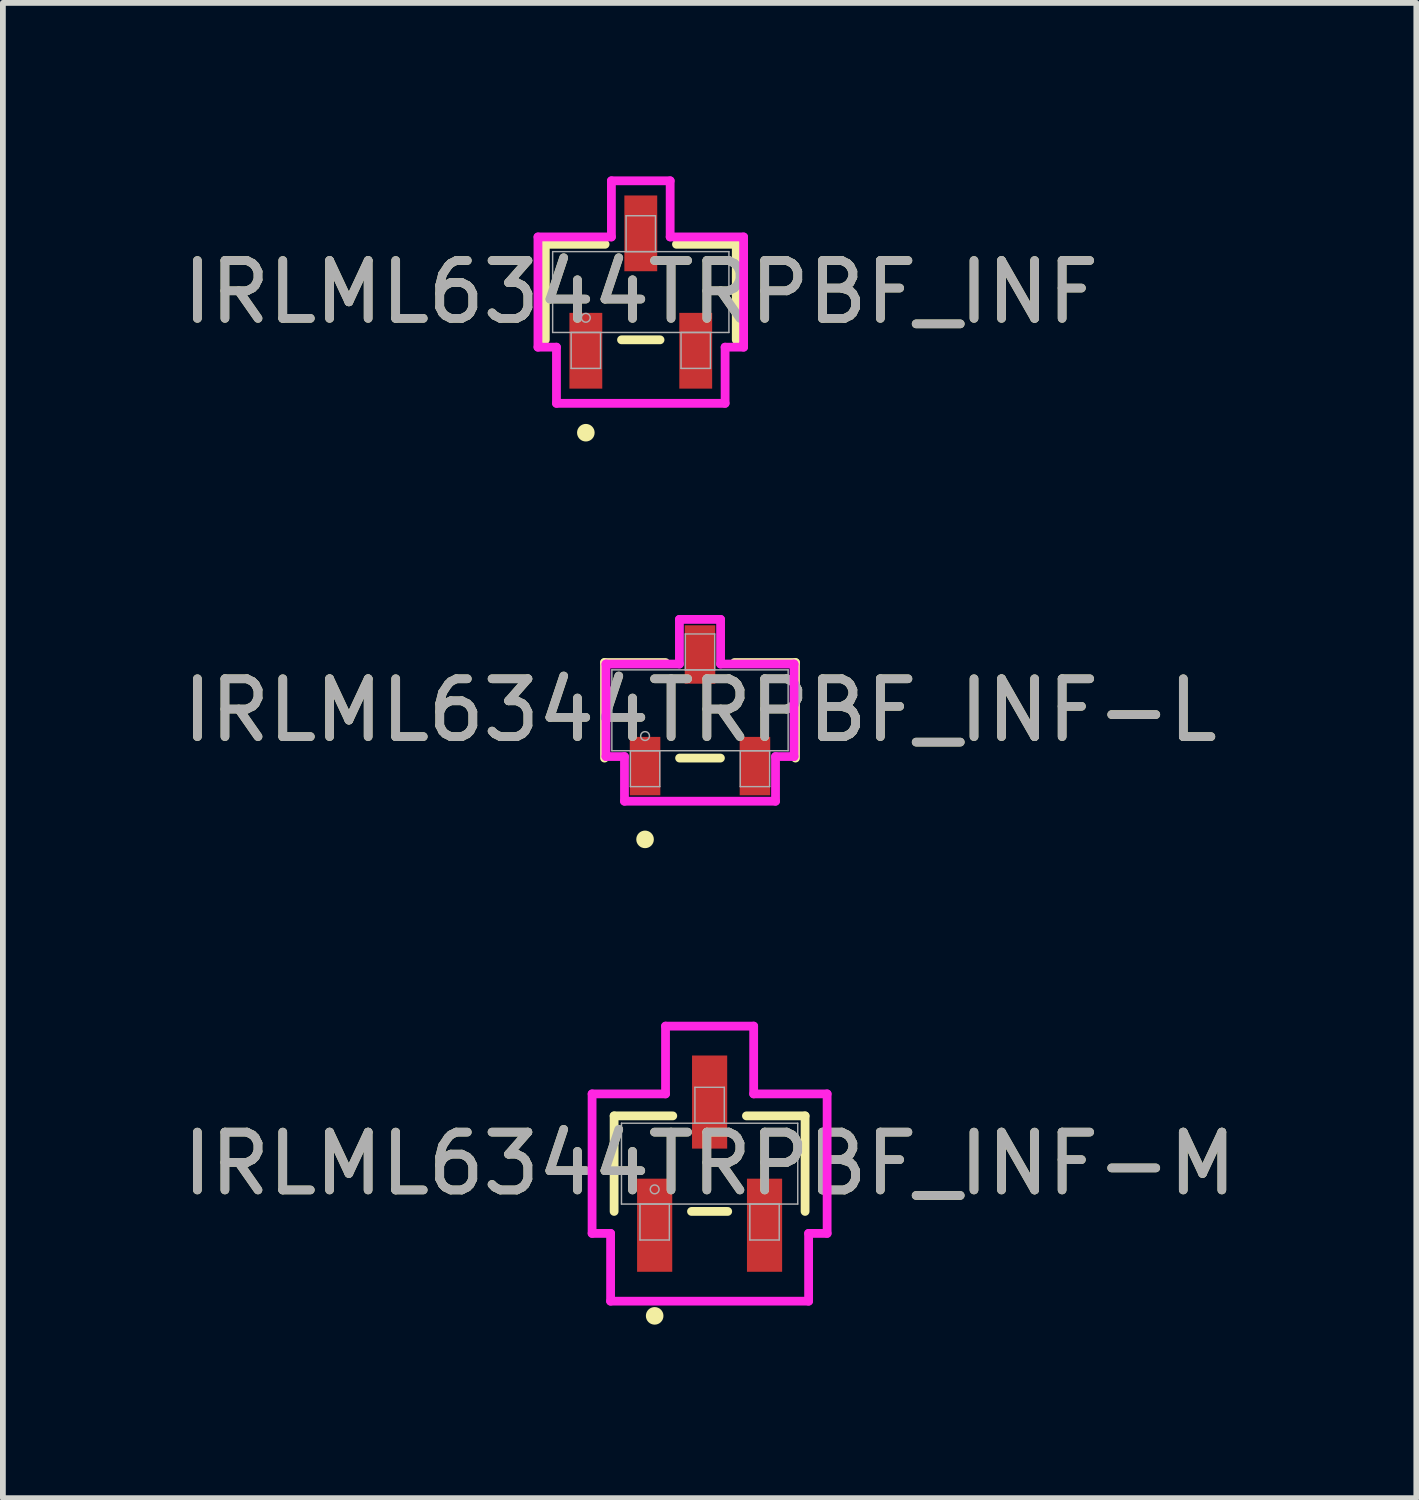
<source format=kicad_pcb>
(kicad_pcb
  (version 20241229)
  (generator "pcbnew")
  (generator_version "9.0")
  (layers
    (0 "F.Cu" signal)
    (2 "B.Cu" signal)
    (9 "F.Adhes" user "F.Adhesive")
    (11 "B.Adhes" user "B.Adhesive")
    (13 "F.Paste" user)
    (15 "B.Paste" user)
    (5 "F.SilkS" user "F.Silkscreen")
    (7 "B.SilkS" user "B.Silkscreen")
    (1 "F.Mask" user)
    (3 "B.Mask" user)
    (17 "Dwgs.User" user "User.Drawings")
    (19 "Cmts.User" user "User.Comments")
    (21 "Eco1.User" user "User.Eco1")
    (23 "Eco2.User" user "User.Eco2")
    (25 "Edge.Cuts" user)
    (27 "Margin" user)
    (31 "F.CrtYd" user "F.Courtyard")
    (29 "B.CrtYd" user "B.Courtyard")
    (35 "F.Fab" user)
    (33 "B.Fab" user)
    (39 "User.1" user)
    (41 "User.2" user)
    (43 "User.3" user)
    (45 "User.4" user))
  (footprint "IRLML6344TRPBF_INF-M"
    (layer "F.Cu")
    (at 9.22 17.071)
    (property "Reference" "IRLML6344TRPBF_INF-M" (at 0 0 0) (unlocked yes) (layer "F.SilkS") (effects (font (size 1 1) (thickness 0.15))))
    (attr smd)
    (fp_line (start -1.651 -0.826) (end -1.651 0.826) (stroke (width 0.152) (type solid)) (layer "F.SilkS"))
    (fp_line (start -0.637 -0.826) (end -1.651 -0.826) (stroke (width 0.152) (type solid)) (layer "F.SilkS"))
    (fp_line (start -0.313 0.826) (end 0.313 0.826) (stroke (width 0.152) (type solid)) (layer "F.SilkS"))
    (fp_line (start 1.651 -0.826) (end 0.637 -0.826) (stroke (width 0.152) (type solid)) (layer "F.SilkS"))
    (fp_line (start 1.651 0.826) (end 1.651 -0.826) (stroke (width 0.152) (type solid)) (layer "F.SilkS"))
    (fp_circle (center -0.95 2.632) (end -0.874 2.632) (stroke (width 0.152) (type solid)) (fill no) (layer "F.SilkS"))
    (fp_line (start -2.032 -1.206) (end -0.762 -1.206) (stroke (width 0.152) (type solid)) (layer "F.CrtYd"))
    (fp_line (start -2.032 1.206) (end -2.032 -1.206) (stroke (width 0.152) (type solid)) (layer "F.CrtYd"))
    (fp_line (start -2.032 1.206) (end -1.712 1.206) (stroke (width 0.152) (type solid)) (layer "F.CrtYd"))
    (fp_line (start -1.712 1.206) (end -1.712 2.378) (stroke (width 0.152) (type solid)) (layer "F.CrtYd"))
    (fp_line (start -1.712 2.378) (end 1.712 2.378) (stroke (width 0.152) (type solid)) (layer "F.CrtYd"))
    (fp_line (start -0.762 -2.378) (end 0.762 -2.378) (stroke (width 0.152) (type solid)) (layer "F.CrtYd"))
    (fp_line (start -0.762 -1.206) (end -0.762 -2.378) (stroke (width 0.152) (type solid)) (layer "F.CrtYd"))
    (fp_line (start 0.762 -1.206) (end 0.762 -2.378) (stroke (width 0.152) (type solid)) (layer "F.CrtYd"))
    (fp_line (start 1.712 1.206) (end 1.712 2.378) (stroke (width 0.152) (type solid)) (layer "F.CrtYd"))
    (fp_line (start 2.032 -1.206) (end 0.762 -1.206) (stroke (width 0.152) (type solid)) (layer "F.CrtYd"))
    (fp_line (start 2.032 -1.206) (end 2.032 1.206) (stroke (width 0.152) (type solid)) (layer "F.CrtYd"))
    (fp_line (start 2.032 1.206) (end 1.712 1.206) (stroke (width 0.152) (type solid)) (layer "F.CrtYd"))
    (fp_line (start -1.524 -0.699) (end -1.524 0.699) (stroke (width 0.025) (type solid)) (layer "F.Fab"))
    (fp_line (start -1.524 0.699) (end 1.524 0.699) (stroke (width 0.025) (type solid)) (layer "F.Fab"))
    (fp_line (start -1.204 0.699) (end -1.204 1.32) (stroke (width 0.025) (type solid)) (layer "F.Fab"))
    (fp_line (start -1.204 1.32) (end -0.696 1.32) (stroke (width 0.025) (type solid)) (layer "F.Fab"))
    (fp_line (start -0.696 0.699) (end -1.204 0.699) (stroke (width 0.025) (type solid)) (layer "F.Fab"))
    (fp_line (start -0.696 1.32) (end -0.696 0.699) (stroke (width 0.025) (type solid)) (layer "F.Fab"))
    (fp_line (start -0.254 -1.32) (end -0.254 -0.699) (stroke (width 0.025) (type solid)) (layer "F.Fab"))
    (fp_line (start -0.254 -0.699) (end 0.254 -0.699) (stroke (width 0.025) (type solid)) (layer "F.Fab"))
    (fp_line (start 0.254 -1.32) (end -0.254 -1.32) (stroke (width 0.025) (type solid)) (layer "F.Fab"))
    (fp_line (start 0.254 -0.699) (end 0.254 -1.32) (stroke (width 0.025) (type solid)) (layer "F.Fab"))
    (fp_line (start 0.696 0.699) (end 0.696 1.32) (stroke (width 0.025) (type solid)) (layer "F.Fab"))
    (fp_line (start 0.696 1.32) (end 1.204 1.32) (stroke (width 0.025) (type solid)) (layer "F.Fab"))
    (fp_line (start 1.204 0.699) (end 0.696 0.699) (stroke (width 0.025) (type solid)) (layer "F.Fab"))
    (fp_line (start 1.204 1.32) (end 1.204 0.699) (stroke (width 0.025) (type solid)) (layer "F.Fab"))
    (fp_line (start 1.524 -0.699) (end -1.524 -0.699) (stroke (width 0.025) (type solid)) (layer "F.Fab"))
    (fp_line (start 1.524 0.699) (end 1.524 -0.699) (stroke (width 0.025) (type solid)) (layer "F.Fab"))
    (fp_circle (center -0.95 0.445) (end -0.874 0.445) (stroke (width 0.025) (type solid)) (fill no) (layer "F.Fab"))
    (fp_text user "${REFERENCE}" (at 0 0 0) (unlocked yes) (layer "F.Fab") (effects (font (size 1 1) (thickness 0.15))))
    (pad "1" smd rect (at -0.95 1.065) (size 0.608 1.61) (layers "F.Cu" "F.Mask" "F.Paste"))
    (pad "2" smd rect (at 0.95 1.065) (size 0.608 1.61) (layers "F.Cu" "F.Mask" "F.Paste"))
    (pad "3" smd rect (at 0 -1.065) (size 0.608 1.61) (layers "F.Cu" "F.Mask" "F.Paste")))
  (footprint "IRLML6344TRPBF_INF-L"
    (layer "F.Cu")
    (at 9.054 9.232)
    (property "Reference" "IRLML6344TRPBF_INF-L" (at 0 0 0) (unlocked yes) (layer "F.SilkS") (effects (font (size 1 1) (thickness 0.15))))
    (attr smd)
    (fp_line (start -1.651 -0.826) (end -1.651 0.826) (stroke (width 0.152) (type solid)) (layer "F.SilkS"))
    (fp_line (start -0.597 -0.826) (end -1.651 -0.826) (stroke (width 0.152) (type solid)) (layer "F.SilkS"))
    (fp_line (start -0.353 0.826) (end 0.353 0.826) (stroke (width 0.152) (type solid)) (layer "F.SilkS"))
    (fp_line (start 1.651 -0.826) (end 0.597 -0.826) (stroke (width 0.152) (type solid)) (layer "F.SilkS"))
    (fp_line (start 1.651 0.826) (end 1.651 -0.826) (stroke (width 0.152) (type solid)) (layer "F.SilkS"))
    (fp_circle (center -0.95 2.232) (end -0.874 2.232) (stroke (width 0.152) (type solid)) (fill no) (layer "F.SilkS"))
    (fp_line (start -1.626 -0.8) (end -0.356 -0.8) (stroke (width 0.152) (type solid)) (layer "F.CrtYd"))
    (fp_line (start -1.626 0.8) (end -1.626 -0.8) (stroke (width 0.152) (type solid)) (layer "F.CrtYd"))
    (fp_line (start -1.626 0.8) (end -1.306 0.8) (stroke (width 0.152) (type solid)) (layer "F.CrtYd"))
    (fp_line (start -1.306 0.8) (end -1.306 1.572) (stroke (width 0.152) (type solid)) (layer "F.CrtYd"))
    (fp_line (start -1.306 1.572) (end 1.306 1.572) (stroke (width 0.152) (type solid)) (layer "F.CrtYd"))
    (fp_line (start -0.356 -1.572) (end 0.356 -1.572) (stroke (width 0.152) (type solid)) (layer "F.CrtYd"))
    (fp_line (start -0.356 -0.8) (end -0.356 -1.572) (stroke (width 0.152) (type solid)) (layer "F.CrtYd"))
    (fp_line (start 0.356 -0.8) (end 0.356 -1.572) (stroke (width 0.152) (type solid)) (layer "F.CrtYd"))
    (fp_line (start 1.306 0.8) (end 1.306 1.572) (stroke (width 0.152) (type solid)) (layer "F.CrtYd"))
    (fp_line (start 1.626 -0.8) (end 0.356 -0.8) (stroke (width 0.152) (type solid)) (layer "F.CrtYd"))
    (fp_line (start 1.626 -0.8) (end 1.626 0.8) (stroke (width 0.152) (type solid)) (layer "F.CrtYd"))
    (fp_line (start 1.626 0.8) (end 1.306 0.8) (stroke (width 0.152) (type solid)) (layer "F.CrtYd"))
    (fp_line (start -1.524 -0.699) (end -1.524 0.699) (stroke (width 0.025) (type solid)) (layer "F.Fab"))
    (fp_line (start -1.524 0.699) (end 1.524 0.699) (stroke (width 0.025) (type solid)) (layer "F.Fab"))
    (fp_line (start -1.204 0.699) (end -1.204 1.32) (stroke (width 0.025) (type solid)) (layer "F.Fab"))
    (fp_line (start -1.204 1.32) (end -0.696 1.32) (stroke (width 0.025) (type solid)) (layer "F.Fab"))
    (fp_line (start -0.696 0.699) (end -1.204 0.699) (stroke (width 0.025) (type solid)) (layer "F.Fab"))
    (fp_line (start -0.696 1.32) (end -0.696 0.699) (stroke (width 0.025) (type solid)) (layer "F.Fab"))
    (fp_line (start -0.254 -1.32) (end -0.254 -0.699) (stroke (width 0.025) (type solid)) (layer "F.Fab"))
    (fp_line (start -0.254 -0.699) (end 0.254 -0.699) (stroke (width 0.025) (type solid)) (layer "F.Fab"))
    (fp_line (start 0.254 -1.32) (end -0.254 -1.32) (stroke (width 0.025) (type solid)) (layer "F.Fab"))
    (fp_line (start 0.254 -0.699) (end 0.254 -1.32) (stroke (width 0.025) (type solid)) (layer "F.Fab"))
    (fp_line (start 0.696 0.699) (end 0.696 1.32) (stroke (width 0.025) (type solid)) (layer "F.Fab"))
    (fp_line (start 0.696 1.32) (end 1.204 1.32) (stroke (width 0.025) (type solid)) (layer "F.Fab"))
    (fp_line (start 1.204 0.699) (end 0.696 0.699) (stroke (width 0.025) (type solid)) (layer "F.Fab"))
    (fp_line (start 1.204 1.32) (end 1.204 0.699) (stroke (width 0.025) (type solid)) (layer "F.Fab"))
    (fp_line (start 1.524 -0.699) (end -1.524 -0.699) (stroke (width 0.025) (type solid)) (layer "F.Fab"))
    (fp_line (start 1.524 0.699) (end 1.524 -0.699) (stroke (width 0.025) (type solid)) (layer "F.Fab"))
    (fp_circle (center -0.95 0.445) (end -0.874 0.445) (stroke (width 0.025) (type solid)) (fill no) (layer "F.Fab"))
    (fp_text user "${REFERENCE}" (at 0 0 0) (unlocked yes) (layer "F.Fab") (effects (font (size 1 1) (thickness 0.15))))
    (pad "1" smd rect (at -0.95 0.965) (size 0.528 1.01) (layers "F.Cu" "F.Mask" "F.Paste"))
    (pad "2" smd rect (at 0.95 0.965) (size 0.528 1.01) (layers "F.Cu" "F.Mask" "F.Paste"))
    (pad "3" smd rect (at 0 -0.965) (size 0.528 1.01) (layers "F.Cu" "F.Mask" "F.Paste")))
  (footprint "IRLML6344TRPBF_INF"
    (layer "F.Cu")
    (at 8.03 2)
    (property "Reference" "IRLML6344TRPBF_INF" (at 0 0 0) (unlocked yes) (layer "F.SilkS") (effects (font (size 1 1) (thickness 0.15))))
    (attr smd)
    (fp_line (start -1.651 -0.826) (end -1.651 0.826) (stroke (width 0.152) (type solid)) (layer "F.SilkS"))
    (fp_line (start -0.617 -0.826) (end -1.651 -0.826) (stroke (width 0.152) (type solid)) (layer "F.SilkS"))
    (fp_line (start -0.333 0.826) (end 0.333 0.826) (stroke (width 0.152) (type solid)) (layer "F.SilkS"))
    (fp_line (start 1.651 -0.826) (end 0.617 -0.826) (stroke (width 0.152) (type solid)) (layer "F.SilkS"))
    (fp_line (start 1.651 0.826) (end 1.651 -0.826) (stroke (width 0.152) (type solid)) (layer "F.SilkS"))
    (fp_circle (center -0.95 2.432) (end -0.874 2.432) (stroke (width 0.152) (type solid)) (fill no) (layer "F.SilkS"))
    (fp_line (start -1.778 -0.953) (end -0.508 -0.953) (stroke (width 0.152) (type solid)) (layer "F.CrtYd"))
    (fp_line (start -1.778 0.953) (end -1.778 -0.953) (stroke (width 0.152) (type solid)) (layer "F.CrtYd"))
    (fp_line (start -1.778 0.953) (end -1.458 0.953) (stroke (width 0.152) (type solid)) (layer "F.CrtYd"))
    (fp_line (start -1.458 0.953) (end -1.458 1.924) (stroke (width 0.152) (type solid)) (layer "F.CrtYd"))
    (fp_line (start -1.458 1.924) (end 1.458 1.924) (stroke (width 0.152) (type solid)) (layer "F.CrtYd"))
    (fp_line (start -0.508 -1.924) (end 0.508 -1.924) (stroke (width 0.152) (type solid)) (layer "F.CrtYd"))
    (fp_line (start -0.508 -0.953) (end -0.508 -1.924) (stroke (width 0.152) (type solid)) (layer "F.CrtYd"))
    (fp_line (start 0.508 -0.953) (end 0.508 -1.924) (stroke (width 0.152) (type solid)) (layer "F.CrtYd"))
    (fp_line (start 1.458 0.953) (end 1.458 1.924) (stroke (width 0.152) (type solid)) (layer "F.CrtYd"))
    (fp_line (start 1.778 -0.953) (end 0.508 -0.953) (stroke (width 0.152) (type solid)) (layer "F.CrtYd"))
    (fp_line (start 1.778 -0.953) (end 1.778 0.953) (stroke (width 0.152) (type solid)) (layer "F.CrtYd"))
    (fp_line (start 1.778 0.953) (end 1.458 0.953) (stroke (width 0.152) (type solid)) (layer "F.CrtYd"))
    (fp_line (start -1.524 -0.699) (end -1.524 0.699) (stroke (width 0.025) (type solid)) (layer "F.Fab"))
    (fp_line (start -1.524 0.699) (end 1.524 0.699) (stroke (width 0.025) (type solid)) (layer "F.Fab"))
    (fp_line (start -1.204 0.699) (end -1.204 1.32) (stroke (width 0.025) (type solid)) (layer "F.Fab"))
    (fp_line (start -1.204 1.32) (end -0.696 1.32) (stroke (width 0.025) (type solid)) (layer "F.Fab"))
    (fp_line (start -0.696 0.699) (end -1.204 0.699) (stroke (width 0.025) (type solid)) (layer "F.Fab"))
    (fp_line (start -0.696 1.32) (end -0.696 0.699) (stroke (width 0.025) (type solid)) (layer "F.Fab"))
    (fp_line (start -0.254 -1.32) (end -0.254 -0.699) (stroke (width 0.025) (type solid)) (layer "F.Fab"))
    (fp_line (start -0.254 -0.699) (end 0.254 -0.699) (stroke (width 0.025) (type solid)) (layer "F.Fab"))
    (fp_line (start 0.254 -1.32) (end -0.254 -1.32) (stroke (width 0.025) (type solid)) (layer "F.Fab"))
    (fp_line (start 0.254 -0.699) (end 0.254 -1.32) (stroke (width 0.025) (type solid)) (layer "F.Fab"))
    (fp_line (start 0.696 0.699) (end 0.696 1.32) (stroke (width 0.025) (type solid)) (layer "F.Fab"))
    (fp_line (start 0.696 1.32) (end 1.204 1.32) (stroke (width 0.025) (type solid)) (layer "F.Fab"))
    (fp_line (start 1.204 0.699) (end 0.696 0.699) (stroke (width 0.025) (type solid)) (layer "F.Fab"))
    (fp_line (start 1.204 1.32) (end 1.204 0.699) (stroke (width 0.025) (type solid)) (layer "F.Fab"))
    (fp_line (start 1.524 -0.699) (end -1.524 -0.699) (stroke (width 0.025) (type solid)) (layer "F.Fab"))
    (fp_line (start 1.524 0.699) (end 1.524 -0.699) (stroke (width 0.025) (type solid)) (layer "F.Fab"))
    (fp_circle (center -0.95 0.445) (end -0.874 0.445) (stroke (width 0.025) (type solid)) (fill no) (layer "F.Fab"))
    (fp_text user "${REFERENCE}" (at 0 0 0) (unlocked yes) (layer "F.Fab") (effects (font (size 1 1) (thickness 0.15))))
    (pad "1" smd rect (at -0.95 1.015) (size 0.568 1.31) (layers "F.Cu" "F.Mask" "F.Paste"))
    (pad "2" smd rect (at 0.95 1.015) (size 0.568 1.31) (layers "F.Cu" "F.Mask" "F.Paste"))
    (pad "3" smd rect (at 0 -1.015) (size 0.568 1.31) (layers "F.Cu" "F.Mask" "F.Paste")))
  (gr_rect
    (start -3 -3)
    (end 21.44 22.855)
    (stroke (width 0.1) (type default))
    (fill no)
    (layer "Edge.Cuts")))
</source>
